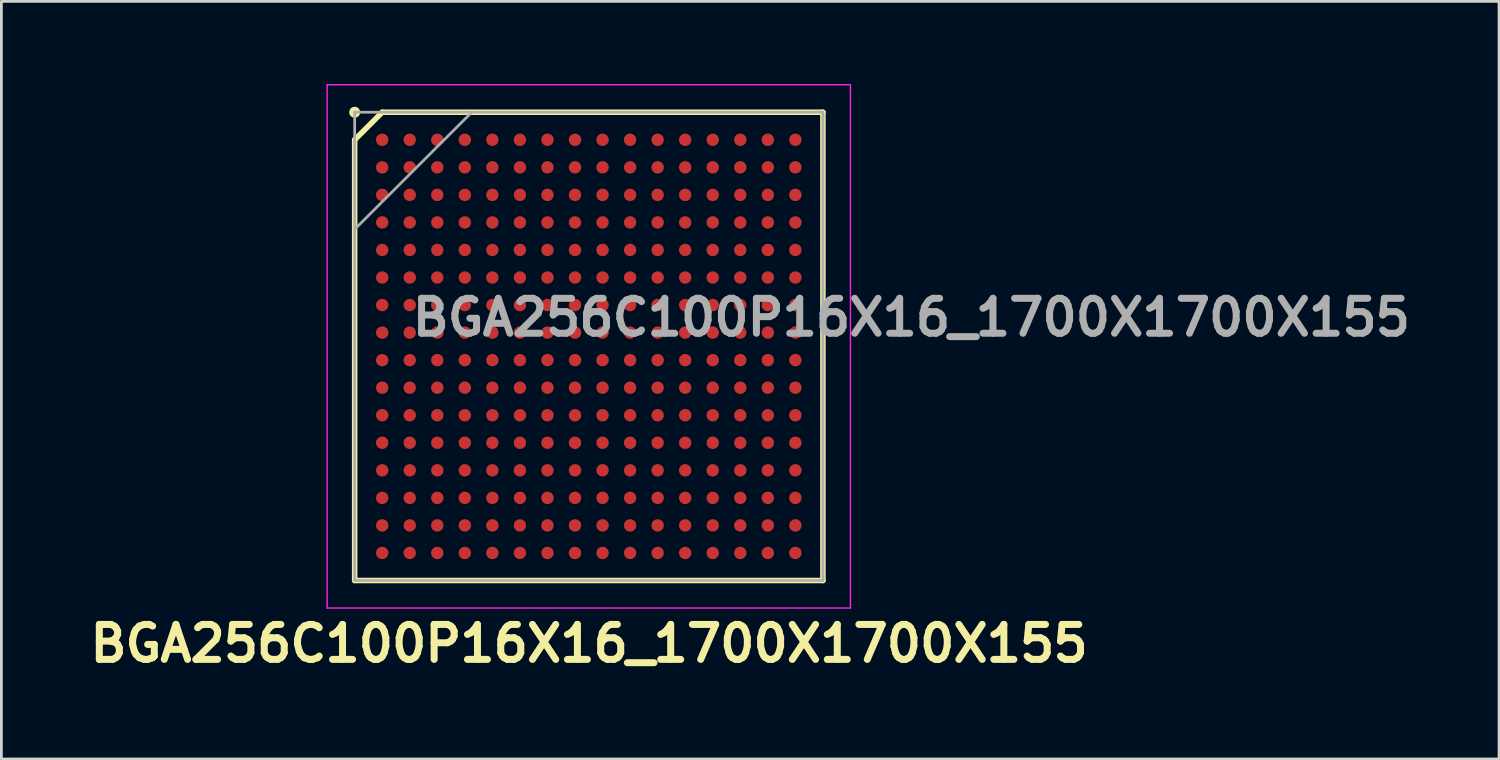
<source format=kicad_pcb>
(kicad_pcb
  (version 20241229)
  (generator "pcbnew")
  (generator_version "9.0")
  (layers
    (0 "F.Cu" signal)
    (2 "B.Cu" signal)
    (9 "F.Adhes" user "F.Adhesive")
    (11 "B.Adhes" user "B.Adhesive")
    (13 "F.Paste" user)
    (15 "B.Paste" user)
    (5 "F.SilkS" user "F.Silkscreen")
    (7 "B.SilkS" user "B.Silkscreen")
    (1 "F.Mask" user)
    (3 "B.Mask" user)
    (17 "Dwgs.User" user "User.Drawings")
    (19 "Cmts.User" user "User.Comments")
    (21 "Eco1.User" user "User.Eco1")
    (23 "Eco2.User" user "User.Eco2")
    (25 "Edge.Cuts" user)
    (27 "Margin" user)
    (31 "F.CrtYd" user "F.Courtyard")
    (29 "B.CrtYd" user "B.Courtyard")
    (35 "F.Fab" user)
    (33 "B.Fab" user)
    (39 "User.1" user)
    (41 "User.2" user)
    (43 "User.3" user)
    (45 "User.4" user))
  (footprint "BGA256C100P16X16_1700X1700X155"
    (layer "F.Cu")
    (at 18.326 9.525)
    (property "Reference" "BGA256C100P16X16_1700X1700X155" (at 0.01 10.79 0) (layer "F.SilkS") (effects (font (size 1.27 1.27) (thickness 0.254))))
    (attr smd)
    (fp_line (start -8.5 -7.5) (end -7.5 -8.5) (stroke (width 0.2) (type solid)) (layer "F.SilkS"))
    (fp_line (start -8.5 8.5) (end -8.5 -7.5) (stroke (width 0.2) (type solid)) (layer "F.SilkS"))
    (fp_line (start -7.5 -8.5) (end 8.5 -8.5) (stroke (width 0.2) (type solid)) (layer "F.SilkS"))
    (fp_line (start 8.5 -8.5) (end 8.5 8.5) (stroke (width 0.2) (type solid)) (layer "F.SilkS"))
    (fp_line (start 8.5 8.5) (end -8.5 8.5) (stroke (width 0.2) (type solid)) (layer "F.SilkS"))
    (fp_circle (center -8.5 -8.5) (end -8.5 -8.4) (stroke (width 0.2) (type solid)) (fill no) (layer "F.SilkS"))
    (fp_line (start -9.5 -9.5) (end 9.5 -9.5) (stroke (width 0.05) (type solid)) (layer "F.CrtYd"))
    (fp_line (start -9.5 9.5) (end -9.5 -9.5) (stroke (width 0.05) (type solid)) (layer "F.CrtYd"))
    (fp_line (start 9.5 -9.5) (end 9.5 9.5) (stroke (width 0.05) (type solid)) (layer "F.CrtYd"))
    (fp_line (start 9.5 9.5) (end -9.5 9.5) (stroke (width 0.05) (type solid)) (layer "F.CrtYd"))
    (fp_line (start -8.5 -8.5) (end 8.5 -8.5) (stroke (width 0.1) (type solid)) (layer "F.Fab"))
    (fp_line (start -8.5 -4.25) (end -4.25 -8.5) (stroke (width 0.1) (type solid)) (layer "F.Fab"))
    (fp_line (start -8.5 8.5) (end -8.5 -8.5) (stroke (width 0.1) (type solid)) (layer "F.Fab"))
    (fp_line (start 8.5 -8.5) (end 8.5 8.5) (stroke (width 0.1) (type solid)) (layer "F.Fab"))
    (fp_line (start 8.5 8.5) (end -8.5 8.5) (stroke (width 0.1) (type solid)) (layer "F.Fab"))
    (fp_text user "${REFERENCE}" (at 11.71 -1.05 0) (layer "F.Fab") (effects (font (size 1.27 1.27) (thickness 0.254))))
    (pad "A1" smd circle (at -7.5 -7.5 90) (size 0.45 0.45) (layers "F.Cu" "F.Mask" "F.Paste"))
    (pad "A2" smd circle (at -6.5 -7.5 90) (size 0.45 0.45) (layers "F.Cu" "F.Mask" "F.Paste"))
    (pad "A3" smd circle (at -5.5 -7.5 90) (size 0.45 0.45) (layers "F.Cu" "F.Mask" "F.Paste"))
    (pad "A4" smd circle (at -4.5 -7.5 90) (size 0.45 0.45) (layers "F.Cu" "F.Mask" "F.Paste"))
    (pad "A5" smd circle (at -3.5 -7.5 90) (size 0.45 0.45) (layers "F.Cu" "F.Mask" "F.Paste"))
    (pad "A6" smd circle (at -2.5 -7.5 90) (size 0.45 0.45) (layers "F.Cu" "F.Mask" "F.Paste"))
    (pad "A7" smd circle (at -1.5 -7.5 90) (size 0.45 0.45) (layers "F.Cu" "F.Mask" "F.Paste"))
    (pad "A8" smd circle (at -0.5 -7.5 90) (size 0.45 0.45) (layers "F.Cu" "F.Mask" "F.Paste"))
    (pad "A9" smd circle (at 0.5 -7.5 90) (size 0.45 0.45) (layers "F.Cu" "F.Mask" "F.Paste"))
    (pad "A10" smd circle (at 1.5 -7.5 90) (size 0.45 0.45) (layers "F.Cu" "F.Mask" "F.Paste"))
    (pad "A11" smd circle (at 2.5 -7.5 90) (size 0.45 0.45) (layers "F.Cu" "F.Mask" "F.Paste"))
    (pad "A12" smd circle (at 3.5 -7.5 90) (size 0.45 0.45) (layers "F.Cu" "F.Mask" "F.Paste"))
    (pad "A13" smd circle (at 4.5 -7.5 90) (size 0.45 0.45) (layers "F.Cu" "F.Mask" "F.Paste"))
    (pad "A14" smd circle (at 5.5 -7.5 90) (size 0.45 0.45) (layers "F.Cu" "F.Mask" "F.Paste"))
    (pad "A15" smd circle (at 6.5 -7.5 90) (size 0.45 0.45) (layers "F.Cu" "F.Mask" "F.Paste"))
    (pad "A16" smd circle (at 7.5 -7.5 90) (size 0.45 0.45) (layers "F.Cu" "F.Mask" "F.Paste"))
    (pad "B1" smd circle (at -7.5 -6.5 90) (size 0.45 0.45) (layers "F.Cu" "F.Mask" "F.Paste"))
    (pad "B2" smd circle (at -6.5 -6.5 90) (size 0.45 0.45) (layers "F.Cu" "F.Mask" "F.Paste"))
    (pad "B3" smd circle (at -5.5 -6.5 90) (size 0.45 0.45) (layers "F.Cu" "F.Mask" "F.Paste"))
    (pad "B4" smd circle (at -4.5 -6.5 90) (size 0.45 0.45) (layers "F.Cu" "F.Mask" "F.Paste"))
    (pad "B5" smd circle (at -3.5 -6.5 90) (size 0.45 0.45) (layers "F.Cu" "F.Mask" "F.Paste"))
    (pad "B6" smd circle (at -2.5 -6.5 90) (size 0.45 0.45) (layers "F.Cu" "F.Mask" "F.Paste"))
    (pad "B7" smd circle (at -1.5 -6.5 90) (size 0.45 0.45) (layers "F.Cu" "F.Mask" "F.Paste"))
    (pad "B8" smd circle (at -0.5 -6.5 90) (size 0.45 0.45) (layers "F.Cu" "F.Mask" "F.Paste"))
    (pad "B9" smd circle (at 0.5 -6.5 90) (size 0.45 0.45) (layers "F.Cu" "F.Mask" "F.Paste"))
    (pad "B10" smd circle (at 1.5 -6.5 90) (size 0.45 0.45) (layers "F.Cu" "F.Mask" "F.Paste"))
    (pad "B11" smd circle (at 2.5 -6.5 90) (size 0.45 0.45) (layers "F.Cu" "F.Mask" "F.Paste"))
    (pad "B12" smd circle (at 3.5 -6.5 90) (size 0.45 0.45) (layers "F.Cu" "F.Mask" "F.Paste"))
    (pad "B13" smd circle (at 4.5 -6.5 90) (size 0.45 0.45) (layers "F.Cu" "F.Mask" "F.Paste"))
    (pad "B14" smd circle (at 5.5 -6.5 90) (size 0.45 0.45) (layers "F.Cu" "F.Mask" "F.Paste"))
    (pad "B15" smd circle (at 6.5 -6.5 90) (size 0.45 0.45) (layers "F.Cu" "F.Mask" "F.Paste"))
    (pad "B16" smd circle (at 7.5 -6.5 90) (size 0.45 0.45) (layers "F.Cu" "F.Mask" "F.Paste"))
    (pad "C1" smd circle (at -7.5 -5.5 90) (size 0.45 0.45) (layers "F.Cu" "F.Mask" "F.Paste"))
    (pad "C2" smd circle (at -6.5 -5.5 90) (size 0.45 0.45) (layers "F.Cu" "F.Mask" "F.Paste"))
    (pad "C3" smd circle (at -5.5 -5.5 90) (size 0.45 0.45) (layers "F.Cu" "F.Mask" "F.Paste"))
    (pad "C4" smd circle (at -4.5 -5.5 90) (size 0.45 0.45) (layers "F.Cu" "F.Mask" "F.Paste"))
    (pad "C5" smd circle (at -3.5 -5.5 90) (size 0.45 0.45) (layers "F.Cu" "F.Mask" "F.Paste"))
    (pad "C6" smd circle (at -2.5 -5.5 90) (size 0.45 0.45) (layers "F.Cu" "F.Mask" "F.Paste"))
    (pad "C7" smd circle (at -1.5 -5.5 90) (size 0.45 0.45) (layers "F.Cu" "F.Mask" "F.Paste"))
    (pad "C8" smd circle (at -0.5 -5.5 90) (size 0.45 0.45) (layers "F.Cu" "F.Mask" "F.Paste"))
    (pad "C9" smd circle (at 0.5 -5.5 90) (size 0.45 0.45) (layers "F.Cu" "F.Mask" "F.Paste"))
    (pad "C10" smd circle (at 1.5 -5.5 90) (size 0.45 0.45) (layers "F.Cu" "F.Mask" "F.Paste"))
    (pad "C11" smd circle (at 2.5 -5.5 90) (size 0.45 0.45) (layers "F.Cu" "F.Mask" "F.Paste"))
    (pad "C12" smd circle (at 3.5 -5.5 90) (size 0.45 0.45) (layers "F.Cu" "F.Mask" "F.Paste"))
    (pad "C13" smd circle (at 4.5 -5.5 90) (size 0.45 0.45) (layers "F.Cu" "F.Mask" "F.Paste"))
    (pad "C14" smd circle (at 5.5 -5.5 90) (size 0.45 0.45) (layers "F.Cu" "F.Mask" "F.Paste"))
    (pad "C15" smd circle (at 6.5 -5.5 90) (size 0.45 0.45) (layers "F.Cu" "F.Mask" "F.Paste"))
    (pad "C16" smd circle (at 7.5 -5.5 90) (size 0.45 0.45) (layers "F.Cu" "F.Mask" "F.Paste"))
    (pad "D1" smd circle (at -7.5 -4.5 90) (size 0.45 0.45) (layers "F.Cu" "F.Mask" "F.Paste"))
    (pad "D2" smd circle (at -6.5 -4.5 90) (size 0.45 0.45) (layers "F.Cu" "F.Mask" "F.Paste"))
    (pad "D3" smd circle (at -5.5 -4.5 90) (size 0.45 0.45) (layers "F.Cu" "F.Mask" "F.Paste"))
    (pad "D4" smd circle (at -4.5 -4.5 90) (size 0.45 0.45) (layers "F.Cu" "F.Mask" "F.Paste"))
    (pad "D5" smd circle (at -3.5 -4.5 90) (size 0.45 0.45) (layers "F.Cu" "F.Mask" "F.Paste"))
    (pad "D6" smd circle (at -2.5 -4.5 90) (size 0.45 0.45) (layers "F.Cu" "F.Mask" "F.Paste"))
    (pad "D7" smd circle (at -1.5 -4.5 90) (size 0.45 0.45) (layers "F.Cu" "F.Mask" "F.Paste"))
    (pad "D8" smd circle (at -0.5 -4.5 90) (size 0.45 0.45) (layers "F.Cu" "F.Mask" "F.Paste"))
    (pad "D9" smd circle (at 0.5 -4.5 90) (size 0.45 0.45) (layers "F.Cu" "F.Mask" "F.Paste"))
    (pad "D10" smd circle (at 1.5 -4.5 90) (size 0.45 0.45) (layers "F.Cu" "F.Mask" "F.Paste"))
    (pad "D11" smd circle (at 2.5 -4.5 90) (size 0.45 0.45) (layers "F.Cu" "F.Mask" "F.Paste"))
    (pad "D12" smd circle (at 3.5 -4.5 90) (size 0.45 0.45) (layers "F.Cu" "F.Mask" "F.Paste"))
    (pad "D13" smd circle (at 4.5 -4.5 90) (size 0.45 0.45) (layers "F.Cu" "F.Mask" "F.Paste"))
    (pad "D14" smd circle (at 5.5 -4.5 90) (size 0.45 0.45) (layers "F.Cu" "F.Mask" "F.Paste"))
    (pad "D15" smd circle (at 6.5 -4.5 90) (size 0.45 0.45) (layers "F.Cu" "F.Mask" "F.Paste"))
    (pad "D16" smd circle (at 7.5 -4.5 90) (size 0.45 0.45) (layers "F.Cu" "F.Mask" "F.Paste"))
    (pad "E1" smd circle (at -7.5 -3.5 90) (size 0.45 0.45) (layers "F.Cu" "F.Mask" "F.Paste"))
    (pad "E2" smd circle (at -6.5 -3.5 90) (size 0.45 0.45) (layers "F.Cu" "F.Mask" "F.Paste"))
    (pad "E3" smd circle (at -5.5 -3.5 90) (size 0.45 0.45) (layers "F.Cu" "F.Mask" "F.Paste"))
    (pad "E4" smd circle (at -4.5 -3.5 90) (size 0.45 0.45) (layers "F.Cu" "F.Mask" "F.Paste"))
    (pad "E5" smd circle (at -3.5 -3.5 90) (size 0.45 0.45) (layers "F.Cu" "F.Mask" "F.Paste"))
    (pad "E6" smd circle (at -2.5 -3.5 90) (size 0.45 0.45) (layers "F.Cu" "F.Mask" "F.Paste"))
    (pad "E7" smd circle (at -1.5 -3.5 90) (size 0.45 0.45) (layers "F.Cu" "F.Mask" "F.Paste"))
    (pad "E8" smd circle (at -0.5 -3.5 90) (size 0.45 0.45) (layers "F.Cu" "F.Mask" "F.Paste"))
    (pad "E9" smd circle (at 0.5 -3.5 90) (size 0.45 0.45) (layers "F.Cu" "F.Mask" "F.Paste"))
    (pad "E10" smd circle (at 1.5 -3.5 90) (size 0.45 0.45) (layers "F.Cu" "F.Mask" "F.Paste"))
    (pad "E11" smd circle (at 2.5 -3.5 90) (size 0.45 0.45) (layers "F.Cu" "F.Mask" "F.Paste"))
    (pad "E12" smd circle (at 3.5 -3.5 90) (size 0.45 0.45) (layers "F.Cu" "F.Mask" "F.Paste"))
    (pad "E13" smd circle (at 4.5 -3.5 90) (size 0.45 0.45) (layers "F.Cu" "F.Mask" "F.Paste"))
    (pad "E14" smd circle (at 5.5 -3.5 90) (size 0.45 0.45) (layers "F.Cu" "F.Mask" "F.Paste"))
    (pad "E15" smd circle (at 6.5 -3.5 90) (size 0.45 0.45) (layers "F.Cu" "F.Mask" "F.Paste"))
    (pad "E16" smd circle (at 7.5 -3.5 90) (size 0.45 0.45) (layers "F.Cu" "F.Mask" "F.Paste"))
    (pad "F1" smd circle (at -7.5 -2.5 90) (size 0.45 0.45) (layers "F.Cu" "F.Mask" "F.Paste"))
    (pad "F2" smd circle (at -6.5 -2.5 90) (size 0.45 0.45) (layers "F.Cu" "F.Mask" "F.Paste"))
    (pad "F3" smd circle (at -5.5 -2.5 90) (size 0.45 0.45) (layers "F.Cu" "F.Mask" "F.Paste"))
    (pad "F4" smd circle (at -4.5 -2.5 90) (size 0.45 0.45) (layers "F.Cu" "F.Mask" "F.Paste"))
    (pad "F5" smd circle (at -3.5 -2.5 90) (size 0.45 0.45) (layers "F.Cu" "F.Mask" "F.Paste"))
    (pad "F6" smd circle (at -2.5 -2.5 90) (size 0.45 0.45) (layers "F.Cu" "F.Mask" "F.Paste"))
    (pad "F7" smd circle (at -1.5 -2.5 90) (size 0.45 0.45) (layers "F.Cu" "F.Mask" "F.Paste"))
    (pad "F8" smd circle (at -0.5 -2.5 90) (size 0.45 0.45) (layers "F.Cu" "F.Mask" "F.Paste"))
    (pad "F9" smd circle (at 0.5 -2.5 90) (size 0.45 0.45) (layers "F.Cu" "F.Mask" "F.Paste"))
    (pad "F10" smd circle (at 1.5 -2.5 90) (size 0.45 0.45) (layers "F.Cu" "F.Mask" "F.Paste"))
    (pad "F11" smd circle (at 2.5 -2.5 90) (size 0.45 0.45) (layers "F.Cu" "F.Mask" "F.Paste"))
    (pad "F12" smd circle (at 3.5 -2.5 90) (size 0.45 0.45) (layers "F.Cu" "F.Mask" "F.Paste"))
    (pad "F13" smd circle (at 4.5 -2.5 90) (size 0.45 0.45) (layers "F.Cu" "F.Mask" "F.Paste"))
    (pad "F14" smd circle (at 5.5 -2.5 90) (size 0.45 0.45) (layers "F.Cu" "F.Mask" "F.Paste"))
    (pad "F15" smd circle (at 6.5 -2.5 90) (size 0.45 0.45) (layers "F.Cu" "F.Mask" "F.Paste"))
    (pad "F16" smd circle (at 7.5 -2.5 90) (size 0.45 0.45) (layers "F.Cu" "F.Mask" "F.Paste"))
    (pad "G1" smd circle (at -7.5 -1.5 90) (size 0.45 0.45) (layers "F.Cu" "F.Mask" "F.Paste"))
    (pad "G2" smd circle (at -6.5 -1.5 90) (size 0.45 0.45) (layers "F.Cu" "F.Mask" "F.Paste"))
    (pad "G3" smd circle (at -5.5 -1.5 90) (size 0.45 0.45) (layers "F.Cu" "F.Mask" "F.Paste"))
    (pad "G4" smd circle (at -4.5 -1.5 90) (size 0.45 0.45) (layers "F.Cu" "F.Mask" "F.Paste"))
    (pad "G5" smd circle (at -3.5 -1.5 90) (size 0.45 0.45) (layers "F.Cu" "F.Mask" "F.Paste"))
    (pad "G6" smd circle (at -2.5 -1.5 90) (size 0.45 0.45) (layers "F.Cu" "F.Mask" "F.Paste"))
    (pad "G7" smd circle (at -1.5 -1.5 90) (size 0.45 0.45) (layers "F.Cu" "F.Mask" "F.Paste"))
    (pad "G8" smd circle (at -0.5 -1.5 90) (size 0.45 0.45) (layers "F.Cu" "F.Mask" "F.Paste"))
    (pad "G9" smd circle (at 0.5 -1.5 90) (size 0.45 0.45) (layers "F.Cu" "F.Mask" "F.Paste"))
    (pad "G10" smd circle (at 1.5 -1.5 90) (size 0.45 0.45) (layers "F.Cu" "F.Mask" "F.Paste"))
    (pad "G11" smd circle (at 2.5 -1.5 90) (size 0.45 0.45) (layers "F.Cu" "F.Mask" "F.Paste"))
    (pad "G12" smd circle (at 3.5 -1.5 90) (size 0.45 0.45) (layers "F.Cu" "F.Mask" "F.Paste"))
    (pad "G13" smd circle (at 4.5 -1.5 90) (size 0.45 0.45) (layers "F.Cu" "F.Mask" "F.Paste"))
    (pad "G14" smd circle (at 5.5 -1.5 90) (size 0.45 0.45) (layers "F.Cu" "F.Mask" "F.Paste"))
    (pad "G15" smd circle (at 6.5 -1.5 90) (size 0.45 0.45) (layers "F.Cu" "F.Mask" "F.Paste"))
    (pad "G16" smd circle (at 7.5 -1.5 90) (size 0.45 0.45) (layers "F.Cu" "F.Mask" "F.Paste"))
    (pad "H1" smd circle (at -7.5 -0.5 90) (size 0.45 0.45) (layers "F.Cu" "F.Mask" "F.Paste"))
    (pad "H2" smd circle (at -6.5 -0.5 90) (size 0.45 0.45) (layers "F.Cu" "F.Mask" "F.Paste"))
    (pad "H3" smd circle (at -5.5 -0.5 90) (size 0.45 0.45) (layers "F.Cu" "F.Mask" "F.Paste"))
    (pad "H4" smd circle (at -4.5 -0.5 90) (size 0.45 0.45) (layers "F.Cu" "F.Mask" "F.Paste"))
    (pad "H5" smd circle (at -3.5 -0.5 90) (size 0.45 0.45) (layers "F.Cu" "F.Mask" "F.Paste"))
    (pad "H6" smd circle (at -2.5 -0.5 90) (size 0.45 0.45) (layers "F.Cu" "F.Mask" "F.Paste"))
    (pad "H7" smd circle (at -1.5 -0.5 90) (size 0.45 0.45) (layers "F.Cu" "F.Mask" "F.Paste"))
    (pad "H8" smd circle (at -0.5 -0.5 90) (size 0.45 0.45) (layers "F.Cu" "F.Mask" "F.Paste"))
    (pad "H9" smd circle (at 0.5 -0.5 90) (size 0.45 0.45) (layers "F.Cu" "F.Mask" "F.Paste"))
    (pad "H10" smd circle (at 1.5 -0.5 90) (size 0.45 0.45) (layers "F.Cu" "F.Mask" "F.Paste"))
    (pad "H11" smd circle (at 2.5 -0.5 90) (size 0.45 0.45) (layers "F.Cu" "F.Mask" "F.Paste"))
    (pad "H12" smd circle (at 3.5 -0.5 90) (size 0.45 0.45) (layers "F.Cu" "F.Mask" "F.Paste"))
    (pad "H13" smd circle (at 4.5 -0.5 90) (size 0.45 0.45) (layers "F.Cu" "F.Mask" "F.Paste"))
    (pad "H14" smd circle (at 5.5 -0.5 90) (size 0.45 0.45) (layers "F.Cu" "F.Mask" "F.Paste"))
    (pad "H15" smd circle (at 6.5 -0.5 90) (size 0.45 0.45) (layers "F.Cu" "F.Mask" "F.Paste"))
    (pad "H16" smd circle (at 7.5 -0.5 90) (size 0.45 0.45) (layers "F.Cu" "F.Mask" "F.Paste"))
    (pad "J1" smd circle (at -7.5 0.5 90) (size 0.45 0.45) (layers "F.Cu" "F.Mask" "F.Paste"))
    (pad "J2" smd circle (at -6.5 0.5 90) (size 0.45 0.45) (layers "F.Cu" "F.Mask" "F.Paste"))
    (pad "J3" smd circle (at -5.5 0.5 90) (size 0.45 0.45) (layers "F.Cu" "F.Mask" "F.Paste"))
    (pad "J4" smd circle (at -4.5 0.5 90) (size 0.45 0.45) (layers "F.Cu" "F.Mask" "F.Paste"))
    (pad "J5" smd circle (at -3.5 0.5 90) (size 0.45 0.45) (layers "F.Cu" "F.Mask" "F.Paste"))
    (pad "J6" smd circle (at -2.5 0.5 90) (size 0.45 0.45) (layers "F.Cu" "F.Mask" "F.Paste"))
    (pad "J7" smd circle (at -1.5 0.5 90) (size 0.45 0.45) (layers "F.Cu" "F.Mask" "F.Paste"))
    (pad "J8" smd circle (at -0.5 0.5 90) (size 0.45 0.45) (layers "F.Cu" "F.Mask" "F.Paste"))
    (pad "J9" smd circle (at 0.5 0.5 90) (size 0.45 0.45) (layers "F.Cu" "F.Mask" "F.Paste"))
    (pad "J10" smd circle (at 1.5 0.5 90) (size 0.45 0.45) (layers "F.Cu" "F.Mask" "F.Paste"))
    (pad "J11" smd circle (at 2.5 0.5 90) (size 0.45 0.45) (layers "F.Cu" "F.Mask" "F.Paste"))
    (pad "J12" smd circle (at 3.5 0.5 90) (size 0.45 0.45) (layers "F.Cu" "F.Mask" "F.Paste"))
    (pad "J13" smd circle (at 4.5 0.5 90) (size 0.45 0.45) (layers "F.Cu" "F.Mask" "F.Paste"))
    (pad "J14" smd circle (at 5.5 0.5 90) (size 0.45 0.45) (layers "F.Cu" "F.Mask" "F.Paste"))
    (pad "J15" smd circle (at 6.5 0.5 90) (size 0.45 0.45) (layers "F.Cu" "F.Mask" "F.Paste"))
    (pad "J16" smd circle (at 7.5 0.5 90) (size 0.45 0.45) (layers "F.Cu" "F.Mask" "F.Paste"))
    (pad "K1" smd circle (at -7.5 1.5 90) (size 0.45 0.45) (layers "F.Cu" "F.Mask" "F.Paste"))
    (pad "K2" smd circle (at -6.5 1.5 90) (size 0.45 0.45) (layers "F.Cu" "F.Mask" "F.Paste"))
    (pad "K3" smd circle (at -5.5 1.5 90) (size 0.45 0.45) (layers "F.Cu" "F.Mask" "F.Paste"))
    (pad "K4" smd circle (at -4.5 1.5 90) (size 0.45 0.45) (layers "F.Cu" "F.Mask" "F.Paste"))
    (pad "K5" smd circle (at -3.5 1.5 90) (size 0.45 0.45) (layers "F.Cu" "F.Mask" "F.Paste"))
    (pad "K6" smd circle (at -2.5 1.5 90) (size 0.45 0.45) (layers "F.Cu" "F.Mask" "F.Paste"))
    (pad "K7" smd circle (at -1.5 1.5 90) (size 0.45 0.45) (layers "F.Cu" "F.Mask" "F.Paste"))
    (pad "K8" smd circle (at -0.5 1.5 90) (size 0.45 0.45) (layers "F.Cu" "F.Mask" "F.Paste"))
    (pad "K9" smd circle (at 0.5 1.5 90) (size 0.45 0.45) (layers "F.Cu" "F.Mask" "F.Paste"))
    (pad "K10" smd circle (at 1.5 1.5 90) (size 0.45 0.45) (layers "F.Cu" "F.Mask" "F.Paste"))
    (pad "K11" smd circle (at 2.5 1.5 90) (size 0.45 0.45) (layers "F.Cu" "F.Mask" "F.Paste"))
    (pad "K12" smd circle (at 3.5 1.5 90) (size 0.45 0.45) (layers "F.Cu" "F.Mask" "F.Paste"))
    (pad "K13" smd circle (at 4.5 1.5 90) (size 0.45 0.45) (layers "F.Cu" "F.Mask" "F.Paste"))
    (pad "K14" smd circle (at 5.5 1.5 90) (size 0.45 0.45) (layers "F.Cu" "F.Mask" "F.Paste"))
    (pad "K15" smd circle (at 6.5 1.5 90) (size 0.45 0.45) (layers "F.Cu" "F.Mask" "F.Paste"))
    (pad "K16" smd circle (at 7.5 1.5 90) (size 0.45 0.45) (layers "F.Cu" "F.Mask" "F.Paste"))
    (pad "L1" smd circle (at -7.5 2.5 90) (size 0.45 0.45) (layers "F.Cu" "F.Mask" "F.Paste"))
    (pad "L2" smd circle (at -6.5 2.5 90) (size 0.45 0.45) (layers "F.Cu" "F.Mask" "F.Paste"))
    (pad "L3" smd circle (at -5.5 2.5 90) (size 0.45 0.45) (layers "F.Cu" "F.Mask" "F.Paste"))
    (pad "L4" smd circle (at -4.5 2.5 90) (size 0.45 0.45) (layers "F.Cu" "F.Mask" "F.Paste"))
    (pad "L5" smd circle (at -3.5 2.5 90) (size 0.45 0.45) (layers "F.Cu" "F.Mask" "F.Paste"))
    (pad "L6" smd circle (at -2.5 2.5 90) (size 0.45 0.45) (layers "F.Cu" "F.Mask" "F.Paste"))
    (pad "L7" smd circle (at -1.5 2.5 90) (size 0.45 0.45) (layers "F.Cu" "F.Mask" "F.Paste"))
    (pad "L8" smd circle (at -0.5 2.5 90) (size 0.45 0.45) (layers "F.Cu" "F.Mask" "F.Paste"))
    (pad "L9" smd circle (at 0.5 2.5 90) (size 0.45 0.45) (layers "F.Cu" "F.Mask" "F.Paste"))
    (pad "L10" smd circle (at 1.5 2.5 90) (size 0.45 0.45) (layers "F.Cu" "F.Mask" "F.Paste"))
    (pad "L11" smd circle (at 2.5 2.5 90) (size 0.45 0.45) (layers "F.Cu" "F.Mask" "F.Paste"))
    (pad "L12" smd circle (at 3.5 2.5 90) (size 0.45 0.45) (layers "F.Cu" "F.Mask" "F.Paste"))
    (pad "L13" smd circle (at 4.5 2.5 90) (size 0.45 0.45) (layers "F.Cu" "F.Mask" "F.Paste"))
    (pad "L14" smd circle (at 5.5 2.5 90) (size 0.45 0.45) (layers "F.Cu" "F.Mask" "F.Paste"))
    (pad "L15" smd circle (at 6.5 2.5 90) (size 0.45 0.45) (layers "F.Cu" "F.Mask" "F.Paste"))
    (pad "L16" smd circle (at 7.5 2.5 90) (size 0.45 0.45) (layers "F.Cu" "F.Mask" "F.Paste"))
    (pad "M1" smd circle (at -7.5 3.5 90) (size 0.45 0.45) (layers "F.Cu" "F.Mask" "F.Paste"))
    (pad "M2" smd circle (at -6.5 3.5 90) (size 0.45 0.45) (layers "F.Cu" "F.Mask" "F.Paste"))
    (pad "M3" smd circle (at -5.5 3.5 90) (size 0.45 0.45) (layers "F.Cu" "F.Mask" "F.Paste"))
    (pad "M4" smd circle (at -4.5 3.5 90) (size 0.45 0.45) (layers "F.Cu" "F.Mask" "F.Paste"))
    (pad "M5" smd circle (at -3.5 3.5 90) (size 0.45 0.45) (layers "F.Cu" "F.Mask" "F.Paste"))
    (pad "M6" smd circle (at -2.5 3.5 90) (size 0.45 0.45) (layers "F.Cu" "F.Mask" "F.Paste"))
    (pad "M7" smd circle (at -1.5 3.5 90) (size 0.45 0.45) (layers "F.Cu" "F.Mask" "F.Paste"))
    (pad "M8" smd circle (at -0.5 3.5 90) (size 0.45 0.45) (layers "F.Cu" "F.Mask" "F.Paste"))
    (pad "M9" smd circle (at 0.5 3.5 90) (size 0.45 0.45) (layers "F.Cu" "F.Mask" "F.Paste"))
    (pad "M10" smd circle (at 1.5 3.5 90) (size 0.45 0.45) (layers "F.Cu" "F.Mask" "F.Paste"))
    (pad "M11" smd circle (at 2.5 3.5 90) (size 0.45 0.45) (layers "F.Cu" "F.Mask" "F.Paste"))
    (pad "M12" smd circle (at 3.5 3.5 90) (size 0.45 0.45) (layers "F.Cu" "F.Mask" "F.Paste"))
    (pad "M13" smd circle (at 4.5 3.5 90) (size 0.45 0.45) (layers "F.Cu" "F.Mask" "F.Paste"))
    (pad "M14" smd circle (at 5.5 3.5 90) (size 0.45 0.45) (layers "F.Cu" "F.Mask" "F.Paste"))
    (pad "M15" smd circle (at 6.5 3.5 90) (size 0.45 0.45) (layers "F.Cu" "F.Mask" "F.Paste"))
    (pad "M16" smd circle (at 7.5 3.5 90) (size 0.45 0.45) (layers "F.Cu" "F.Mask" "F.Paste"))
    (pad "N1" smd circle (at -7.5 4.5 90) (size 0.45 0.45) (layers "F.Cu" "F.Mask" "F.Paste"))
    (pad "N2" smd circle (at -6.5 4.5 90) (size 0.45 0.45) (layers "F.Cu" "F.Mask" "F.Paste"))
    (pad "N3" smd circle (at -5.5 4.5 90) (size 0.45 0.45) (layers "F.Cu" "F.Mask" "F.Paste"))
    (pad "N4" smd circle (at -4.5 4.5 90) (size 0.45 0.45) (layers "F.Cu" "F.Mask" "F.Paste"))
    (pad "N5" smd circle (at -3.5 4.5 90) (size 0.45 0.45) (layers "F.Cu" "F.Mask" "F.Paste"))
    (pad "N6" smd circle (at -2.5 4.5 90) (size 0.45 0.45) (layers "F.Cu" "F.Mask" "F.Paste"))
    (pad "N7" smd circle (at -1.5 4.5 90) (size 0.45 0.45) (layers "F.Cu" "F.Mask" "F.Paste"))
    (pad "N8" smd circle (at -0.5 4.5 90) (size 0.45 0.45) (layers "F.Cu" "F.Mask" "F.Paste"))
    (pad "N9" smd circle (at 0.5 4.5 90) (size 0.45 0.45) (layers "F.Cu" "F.Mask" "F.Paste"))
    (pad "N10" smd circle (at 1.5 4.5 90) (size 0.45 0.45) (layers "F.Cu" "F.Mask" "F.Paste"))
    (pad "N11" smd circle (at 2.5 4.5 90) (size 0.45 0.45) (layers "F.Cu" "F.Mask" "F.Paste"))
    (pad "N12" smd circle (at 3.5 4.5 90) (size 0.45 0.45) (layers "F.Cu" "F.Mask" "F.Paste"))
    (pad "N13" smd circle (at 4.5 4.5 90) (size 0.45 0.45) (layers "F.Cu" "F.Mask" "F.Paste"))
    (pad "N14" smd circle (at 5.5 4.5 90) (size 0.45 0.45) (layers "F.Cu" "F.Mask" "F.Paste"))
    (pad "N15" smd circle (at 6.5 4.5 90) (size 0.45 0.45) (layers "F.Cu" "F.Mask" "F.Paste"))
    (pad "N16" smd circle (at 7.5 4.5 90) (size 0.45 0.45) (layers "F.Cu" "F.Mask" "F.Paste"))
    (pad "P1" smd circle (at -7.5 5.5 90) (size 0.45 0.45) (layers "F.Cu" "F.Mask" "F.Paste"))
    (pad "P2" smd circle (at -6.5 5.5 90) (size 0.45 0.45) (layers "F.Cu" "F.Mask" "F.Paste"))
    (pad "P3" smd circle (at -5.5 5.5 90) (size 0.45 0.45) (layers "F.Cu" "F.Mask" "F.Paste"))
    (pad "P4" smd circle (at -4.5 5.5 90) (size 0.45 0.45) (layers "F.Cu" "F.Mask" "F.Paste"))
    (pad "P5" smd circle (at -3.5 5.5 90) (size 0.45 0.45) (layers "F.Cu" "F.Mask" "F.Paste"))
    (pad "P6" smd circle (at -2.5 5.5 90) (size 0.45 0.45) (layers "F.Cu" "F.Mask" "F.Paste"))
    (pad "P7" smd circle (at -1.5 5.5 90) (size 0.45 0.45) (layers "F.Cu" "F.Mask" "F.Paste"))
    (pad "P8" smd circle (at -0.5 5.5 90) (size 0.45 0.45) (layers "F.Cu" "F.Mask" "F.Paste"))
    (pad "P9" smd circle (at 0.5 5.5 90) (size 0.45 0.45) (layers "F.Cu" "F.Mask" "F.Paste"))
    (pad "P10" smd circle (at 1.5 5.5 90) (size 0.45 0.45) (layers "F.Cu" "F.Mask" "F.Paste"))
    (pad "P11" smd circle (at 2.5 5.5 90) (size 0.45 0.45) (layers "F.Cu" "F.Mask" "F.Paste"))
    (pad "P12" smd circle (at 3.5 5.5 90) (size 0.45 0.45) (layers "F.Cu" "F.Mask" "F.Paste"))
    (pad "P13" smd circle (at 4.5 5.5 90) (size 0.45 0.45) (layers "F.Cu" "F.Mask" "F.Paste"))
    (pad "P14" smd circle (at 5.5 5.5 90) (size 0.45 0.45) (layers "F.Cu" "F.Mask" "F.Paste"))
    (pad "P15" smd circle (at 6.5 5.5 90) (size 0.45 0.45) (layers "F.Cu" "F.Mask" "F.Paste"))
    (pad "P16" smd circle (at 7.5 5.5 90) (size 0.45 0.45) (layers "F.Cu" "F.Mask" "F.Paste"))
    (pad "R1" smd circle (at -7.5 6.5 90) (size 0.45 0.45) (layers "F.Cu" "F.Mask" "F.Paste"))
    (pad "R2" smd circle (at -6.5 6.5 90) (size 0.45 0.45) (layers "F.Cu" "F.Mask" "F.Paste"))
    (pad "R3" smd circle (at -5.5 6.5 90) (size 0.45 0.45) (layers "F.Cu" "F.Mask" "F.Paste"))
    (pad "R4" smd circle (at -4.5 6.5 90) (size 0.45 0.45) (layers "F.Cu" "F.Mask" "F.Paste"))
    (pad "R5" smd circle (at -3.5 6.5 90) (size 0.45 0.45) (layers "F.Cu" "F.Mask" "F.Paste"))
    (pad "R6" smd circle (at -2.5 6.5 90) (size 0.45 0.45) (layers "F.Cu" "F.Mask" "F.Paste"))
    (pad "R7" smd circle (at -1.5 6.5 90) (size 0.45 0.45) (layers "F.Cu" "F.Mask" "F.Paste"))
    (pad "R8" smd circle (at -0.5 6.5 90) (size 0.45 0.45) (layers "F.Cu" "F.Mask" "F.Paste"))
    (pad "R9" smd circle (at 0.5 6.5 90) (size 0.45 0.45) (layers "F.Cu" "F.Mask" "F.Paste"))
    (pad "R10" smd circle (at 1.5 6.5 90) (size 0.45 0.45) (layers "F.Cu" "F.Mask" "F.Paste"))
    (pad "R11" smd circle (at 2.5 6.5 90) (size 0.45 0.45) (layers "F.Cu" "F.Mask" "F.Paste"))
    (pad "R12" smd circle (at 3.5 6.5 90) (size 0.45 0.45) (layers "F.Cu" "F.Mask" "F.Paste"))
    (pad "R13" smd circle (at 4.5 6.5 90) (size 0.45 0.45) (layers "F.Cu" "F.Mask" "F.Paste"))
    (pad "R14" smd circle (at 5.5 6.5 90) (size 0.45 0.45) (layers "F.Cu" "F.Mask" "F.Paste"))
    (pad "R15" smd circle (at 6.5 6.5 90) (size 0.45 0.45) (layers "F.Cu" "F.Mask" "F.Paste"))
    (pad "R16" smd circle (at 7.5 6.5 90) (size 0.45 0.45) (layers "F.Cu" "F.Mask" "F.Paste"))
    (pad "T1" smd circle (at -7.5 7.5 90) (size 0.45 0.45) (layers "F.Cu" "F.Mask" "F.Paste"))
    (pad "T2" smd circle (at -6.5 7.5 90) (size 0.45 0.45) (layers "F.Cu" "F.Mask" "F.Paste"))
    (pad "T3" smd circle (at -5.5 7.5 90) (size 0.45 0.45) (layers "F.Cu" "F.Mask" "F.Paste"))
    (pad "T4" smd circle (at -4.5 7.5 90) (size 0.45 0.45) (layers "F.Cu" "F.Mask" "F.Paste"))
    (pad "T5" smd circle (at -3.5 7.5 90) (size 0.45 0.45) (layers "F.Cu" "F.Mask" "F.Paste"))
    (pad "T6" smd circle (at -2.5 7.5 90) (size 0.45 0.45) (layers "F.Cu" "F.Mask" "F.Paste"))
    (pad "T7" smd circle (at -1.5 7.5 90) (size 0.45 0.45) (layers "F.Cu" "F.Mask" "F.Paste"))
    (pad "T8" smd circle (at -0.5 7.5 90) (size 0.45 0.45) (layers "F.Cu" "F.Mask" "F.Paste"))
    (pad "T9" smd circle (at 0.5 7.5 90) (size 0.45 0.45) (layers "F.Cu" "F.Mask" "F.Paste"))
    (pad "T10" smd circle (at 1.5 7.5 90) (size 0.45 0.45) (layers "F.Cu" "F.Mask" "F.Paste"))
    (pad "T11" smd circle (at 2.5 7.5 90) (size 0.45 0.45) (layers "F.Cu" "F.Mask" "F.Paste"))
    (pad "T12" smd circle (at 3.5 7.5 90) (size 0.45 0.45) (layers "F.Cu" "F.Mask" "F.Paste"))
    (pad "T13" smd circle (at 4.5 7.5 90) (size 0.45 0.45) (layers "F.Cu" "F.Mask" "F.Paste"))
    (pad "T14" smd circle (at 5.5 7.5 90) (size 0.45 0.45) (layers "F.Cu" "F.Mask" "F.Paste"))
    (pad "T15" smd circle (at 6.5 7.5 90) (size 0.45 0.45) (layers "F.Cu" "F.Mask" "F.Paste"))
    (pad "T16" smd circle (at 7.5 7.5 90) (size 0.45 0.45) (layers "F.Cu" "F.Mask" "F.Paste")))
  (gr_rect
    (start -3 -3)
    (end 51.373 24.504)
    (stroke (width 0.1) (type default))
    (fill no)
    (layer "Edge.Cuts")))
</source>
